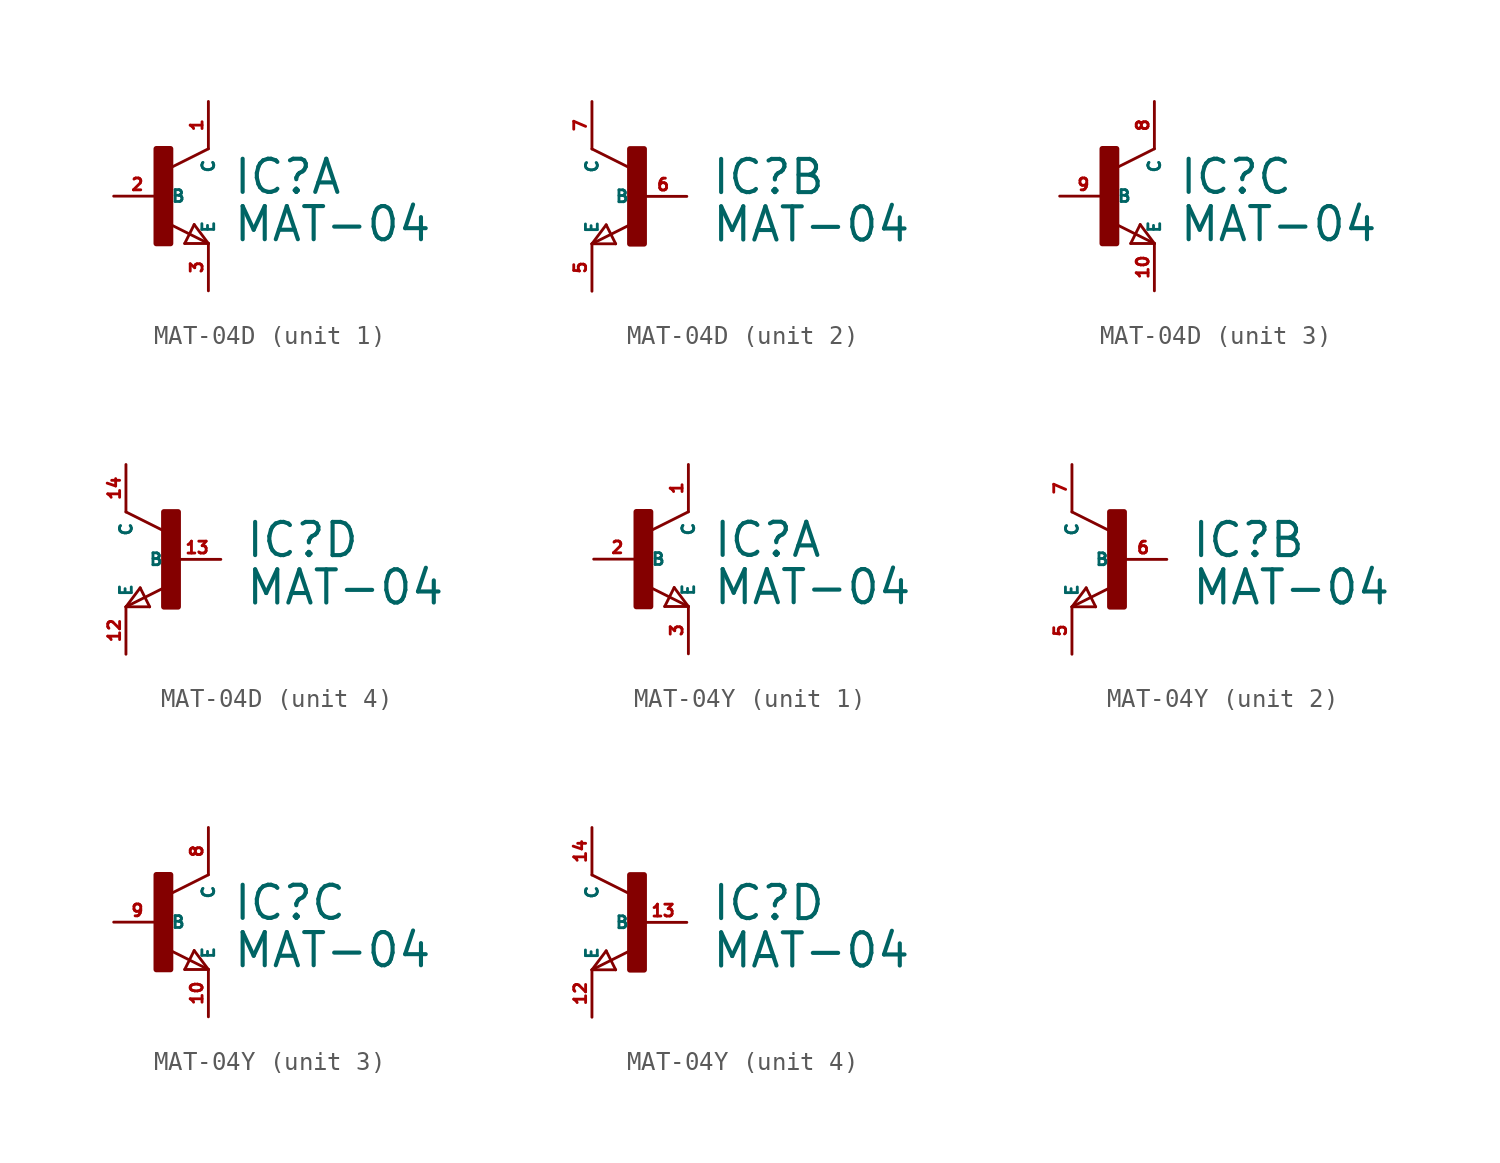
<source format=kicad_sym>
(kicad_symbol_lib
  (version 20220914)
  (generator Eagle2Kicad)
  (symbol "MAT-04D"
    (property "Reference" "IC"
      (at 3.81 0 0)
      (effects (font (size 1.778 1.778) (thickness 0.22)) (justify left bottom)))
    (property "Value" "MAT-04"
      (at 3.81 -2.54 0)
      (effects (font (size 1.778 1.778) (thickness 0.22)) (justify left bottom)))
    (symbol "MAT-04D_1_0"
      (polyline (pts (xy 0.508 1.524) (xy 2.54 2.54)) (stroke (width 0.152) (type default)) (fill (type none)))
      (polyline (pts (xy 0.508 -1.524) (xy 2.54 -2.54)) (stroke (width 0.152) (type default)) (fill (type none)))
      (polyline (pts (xy 1.778 -1.524) (xy 2.54 -2.54)) (stroke (width 0.152) (type default)) (fill (type none)))
      (polyline (pts (xy 2.54 -2.54) (xy 1.27 -2.54)) (stroke (width 0.152) (type default)) (fill (type none)))
      (polyline (pts (xy 1.27 -2.54) (xy 1.778 -1.524)) (stroke (width 0.152) (type default)) (fill (type none)))
      (rectangle (start -0.254 -2.54) (end 0.508 2.54) (stroke (width 0.3) (type default)) (fill (type outline)))
      (pin passive line (at -2.54 0 0) (length 2.54) (name "B" (effects (font (size 0.635 0.635) (thickness 0.08)) (justify left bottom))) (number "2" (effects (font (size 0.635 0.635) (thickness 0.08)) (justify left bottom))))
      (pin passive line (at 2.54 -5.08 90) (length 2.54) (name "E" (effects (font (size 0.635 0.635) (thickness 0.08)) (justify left bottom))) (number "3" (effects (font (size 0.635 0.635) (thickness 0.08)) (justify left bottom))))
      (pin passive line (at 2.54 5.08 270) (length 2.54) (name "C" (effects (font (size 0.635 0.635) (thickness 0.08)) (justify left bottom))) (number "1" (effects (font (size 0.635 0.635) (thickness 0.08)) (justify left bottom)))))
    (symbol "MAT-04D_2_0"
      (polyline (pts (xy -2.54 -2.54) (xy -0.508 -1.524)) (stroke (width 0.152) (type default)) (fill (type none)))
      (polyline (pts (xy -2.54 2.54) (xy -0.508 1.524)) (stroke (width 0.152) (type default)) (fill (type none)))
      (polyline (pts (xy -1.778 -1.524) (xy -2.54 -2.54)) (stroke (width 0.152) (type default)) (fill (type none)))
      (polyline (pts (xy -2.54 -2.54) (xy -1.27 -2.54)) (stroke (width 0.152) (type default)) (fill (type none)))
      (polyline (pts (xy -1.27 -2.54) (xy -1.778 -1.524)) (stroke (width 0.152) (type default)) (fill (type none)))
      (rectangle (start -0.508 -2.54) (end 0.254 2.54) (stroke (width 0.3) (type default)) (fill (type outline)))
      (pin passive line (at 2.54 0 180) (length 2.54) (name "B" (effects (font (size 0.635 0.635) (thickness 0.08)) (justify left bottom))) (number "6" (effects (font (size 0.635 0.635) (thickness 0.08)) (justify left bottom))))
      (pin passive line (at -2.54 -5.08 90) (length 2.54) (name "E" (effects (font (size 0.635 0.635) (thickness 0.08)) (justify left bottom))) (number "5" (effects (font (size 0.635 0.635) (thickness 0.08)) (justify left bottom))))
      (pin passive line (at -2.54 5.08 270) (length 2.54) (name "C" (effects (font (size 0.635 0.635) (thickness 0.08)) (justify left bottom))) (number "7" (effects (font (size 0.635 0.635) (thickness 0.08)) (justify left bottom)))))
    (symbol "MAT-04D_3_0"
      (polyline (pts (xy 0.508 1.524) (xy 2.54 2.54)) (stroke (width 0.152) (type default)) (fill (type none)))
      (polyline (pts (xy 0.508 -1.524) (xy 2.54 -2.54)) (stroke (width 0.152) (type default)) (fill (type none)))
      (polyline (pts (xy 1.778 -1.524) (xy 2.54 -2.54)) (stroke (width 0.152) (type default)) (fill (type none)))
      (polyline (pts (xy 2.54 -2.54) (xy 1.27 -2.54)) (stroke (width 0.152) (type default)) (fill (type none)))
      (polyline (pts (xy 1.27 -2.54) (xy 1.778 -1.524)) (stroke (width 0.152) (type default)) (fill (type none)))
      (rectangle (start -0.254 -2.54) (end 0.508 2.54) (stroke (width 0.3) (type default)) (fill (type outline)))
      (pin passive line (at -2.54 0 0) (length 2.54) (name "B" (effects (font (size 0.635 0.635) (thickness 0.08)) (justify left bottom))) (number "9" (effects (font (size 0.635 0.635) (thickness 0.08)) (justify left bottom))))
      (pin passive line (at 2.54 -5.08 90) (length 2.54) (name "E" (effects (font (size 0.635 0.635) (thickness 0.08)) (justify left bottom))) (number "10" (effects (font (size 0.635 0.635) (thickness 0.08)) (justify left bottom))))
      (pin passive line (at 2.54 5.08 270) (length 2.54) (name "C" (effects (font (size 0.635 0.635) (thickness 0.08)) (justify left bottom))) (number "8" (effects (font (size 0.635 0.635) (thickness 0.08)) (justify left bottom)))))
    (symbol "MAT-04D_4_0"
      (polyline (pts (xy -2.54 -2.54) (xy -0.508 -1.524)) (stroke (width 0.152) (type default)) (fill (type none)))
      (polyline (pts (xy -2.54 2.54) (xy -0.508 1.524)) (stroke (width 0.152) (type default)) (fill (type none)))
      (polyline (pts (xy -1.778 -1.524) (xy -2.54 -2.54)) (stroke (width 0.152) (type default)) (fill (type none)))
      (polyline (pts (xy -2.54 -2.54) (xy -1.27 -2.54)) (stroke (width 0.152) (type default)) (fill (type none)))
      (polyline (pts (xy -1.27 -2.54) (xy -1.778 -1.524)) (stroke (width 0.152) (type default)) (fill (type none)))
      (rectangle (start -0.508 -2.54) (end 0.254 2.54) (stroke (width 0.3) (type default)) (fill (type outline)))
      (pin passive line (at 2.54 0 180) (length 2.54) (name "B" (effects (font (size 0.635 0.635) (thickness 0.08)) (justify left bottom))) (number "13" (effects (font (size 0.635 0.635) (thickness 0.08)) (justify left bottom))))
      (pin passive line (at -2.54 -5.08 90) (length 2.54) (name "E" (effects (font (size 0.635 0.635) (thickness 0.08)) (justify left bottom))) (number "12" (effects (font (size 0.635 0.635) (thickness 0.08)) (justify left bottom))))
      (pin passive line (at -2.54 5.08 270) (length 2.54) (name "C" (effects (font (size 0.635 0.635) (thickness 0.08)) (justify left bottom))) (number "14" (effects (font (size 0.635 0.635) (thickness 0.08)) (justify left bottom))))))
  (symbol "MAT-04Y"
    (property "Reference" "IC"
      (at 3.81 0 0)
      (effects (font (size 1.778 1.778) (thickness 0.22)) (justify left bottom)))
    (property "Value" "MAT-04"
      (at 3.81 -2.54 0)
      (effects (font (size 1.778 1.778) (thickness 0.22)) (justify left bottom)))
    (symbol "MAT-04Y_1_0"
      (polyline (pts (xy 0.508 1.524) (xy 2.54 2.54)) (stroke (width 0.152) (type default)) (fill (type none)))
      (polyline (pts (xy 0.508 -1.524) (xy 2.54 -2.54)) (stroke (width 0.152) (type default)) (fill (type none)))
      (polyline (pts (xy 1.778 -1.524) (xy 2.54 -2.54)) (stroke (width 0.152) (type default)) (fill (type none)))
      (polyline (pts (xy 2.54 -2.54) (xy 1.27 -2.54)) (stroke (width 0.152) (type default)) (fill (type none)))
      (polyline (pts (xy 1.27 -2.54) (xy 1.778 -1.524)) (stroke (width 0.152) (type default)) (fill (type none)))
      (rectangle (start -0.254 -2.54) (end 0.508 2.54) (stroke (width 0.3) (type default)) (fill (type outline)))
      (pin passive line (at -2.54 0 0) (length 2.54) (name "B" (effects (font (size 0.635 0.635) (thickness 0.08)) (justify left bottom))) (number "2" (effects (font (size 0.635 0.635) (thickness 0.08)) (justify left bottom))))
      (pin passive line (at 2.54 -5.08 90) (length 2.54) (name "E" (effects (font (size 0.635 0.635) (thickness 0.08)) (justify left bottom))) (number "3" (effects (font (size 0.635 0.635) (thickness 0.08)) (justify left bottom))))
      (pin passive line (at 2.54 5.08 270) (length 2.54) (name "C" (effects (font (size 0.635 0.635) (thickness 0.08)) (justify left bottom))) (number "1" (effects (font (size 0.635 0.635) (thickness 0.08)) (justify left bottom)))))
    (symbol "MAT-04Y_2_0"
      (polyline (pts (xy -2.54 -2.54) (xy -0.508 -1.524)) (stroke (width 0.152) (type default)) (fill (type none)))
      (polyline (pts (xy -2.54 2.54) (xy -0.508 1.524)) (stroke (width 0.152) (type default)) (fill (type none)))
      (polyline (pts (xy -1.778 -1.524) (xy -2.54 -2.54)) (stroke (width 0.152) (type default)) (fill (type none)))
      (polyline (pts (xy -2.54 -2.54) (xy -1.27 -2.54)) (stroke (width 0.152) (type default)) (fill (type none)))
      (polyline (pts (xy -1.27 -2.54) (xy -1.778 -1.524)) (stroke (width 0.152) (type default)) (fill (type none)))
      (rectangle (start -0.508 -2.54) (end 0.254 2.54) (stroke (width 0.3) (type default)) (fill (type outline)))
      (pin passive line (at 2.54 0 180) (length 2.54) (name "B" (effects (font (size 0.635 0.635) (thickness 0.08)) (justify left bottom))) (number "6" (effects (font (size 0.635 0.635) (thickness 0.08)) (justify left bottom))))
      (pin passive line (at -2.54 -5.08 90) (length 2.54) (name "E" (effects (font (size 0.635 0.635) (thickness 0.08)) (justify left bottom))) (number "5" (effects (font (size 0.635 0.635) (thickness 0.08)) (justify left bottom))))
      (pin passive line (at -2.54 5.08 270) (length 2.54) (name "C" (effects (font (size 0.635 0.635) (thickness 0.08)) (justify left bottom))) (number "7" (effects (font (size 0.635 0.635) (thickness 0.08)) (justify left bottom)))))
    (symbol "MAT-04Y_3_0"
      (polyline (pts (xy 0.508 1.524) (xy 2.54 2.54)) (stroke (width 0.152) (type default)) (fill (type none)))
      (polyline (pts (xy 0.508 -1.524) (xy 2.54 -2.54)) (stroke (width 0.152) (type default)) (fill (type none)))
      (polyline (pts (xy 1.778 -1.524) (xy 2.54 -2.54)) (stroke (width 0.152) (type default)) (fill (type none)))
      (polyline (pts (xy 2.54 -2.54) (xy 1.27 -2.54)) (stroke (width 0.152) (type default)) (fill (type none)))
      (polyline (pts (xy 1.27 -2.54) (xy 1.778 -1.524)) (stroke (width 0.152) (type default)) (fill (type none)))
      (rectangle (start -0.254 -2.54) (end 0.508 2.54) (stroke (width 0.3) (type default)) (fill (type outline)))
      (pin passive line (at -2.54 0 0) (length 2.54) (name "B" (effects (font (size 0.635 0.635) (thickness 0.08)) (justify left bottom))) (number "9" (effects (font (size 0.635 0.635) (thickness 0.08)) (justify left bottom))))
      (pin passive line (at 2.54 -5.08 90) (length 2.54) (name "E" (effects (font (size 0.635 0.635) (thickness 0.08)) (justify left bottom))) (number "10" (effects (font (size 0.635 0.635) (thickness 0.08)) (justify left bottom))))
      (pin passive line (at 2.54 5.08 270) (length 2.54) (name "C" (effects (font (size 0.635 0.635) (thickness 0.08)) (justify left bottom))) (number "8" (effects (font (size 0.635 0.635) (thickness 0.08)) (justify left bottom)))))
    (symbol "MAT-04Y_4_0"
      (polyline (pts (xy -2.54 -2.54) (xy -0.508 -1.524)) (stroke (width 0.152) (type default)) (fill (type none)))
      (polyline (pts (xy -2.54 2.54) (xy -0.508 1.524)) (stroke (width 0.152) (type default)) (fill (type none)))
      (polyline (pts (xy -1.778 -1.524) (xy -2.54 -2.54)) (stroke (width 0.152) (type default)) (fill (type none)))
      (polyline (pts (xy -2.54 -2.54) (xy -1.27 -2.54)) (stroke (width 0.152) (type default)) (fill (type none)))
      (polyline (pts (xy -1.27 -2.54) (xy -1.778 -1.524)) (stroke (width 0.152) (type default)) (fill (type none)))
      (rectangle (start -0.508 -2.54) (end 0.254 2.54) (stroke (width 0.3) (type default)) (fill (type outline)))
      (pin passive line (at 2.54 0 180) (length 2.54) (name "B" (effects (font (size 0.635 0.635) (thickness 0.08)) (justify left bottom))) (number "13" (effects (font (size 0.635 0.635) (thickness 0.08)) (justify left bottom))))
      (pin passive line (at -2.54 -5.08 90) (length 2.54) (name "E" (effects (font (size 0.635 0.635) (thickness 0.08)) (justify left bottom))) (number "12" (effects (font (size 0.635 0.635) (thickness 0.08)) (justify left bottom))))
      (pin passive line (at -2.54 5.08 270) (length 2.54) (name "C" (effects (font (size 0.635 0.635) (thickness 0.08)) (justify left bottom))) (number "14" (effects (font (size 0.635 0.635) (thickness 0.08)) (justify left bottom)))))))
</source>
